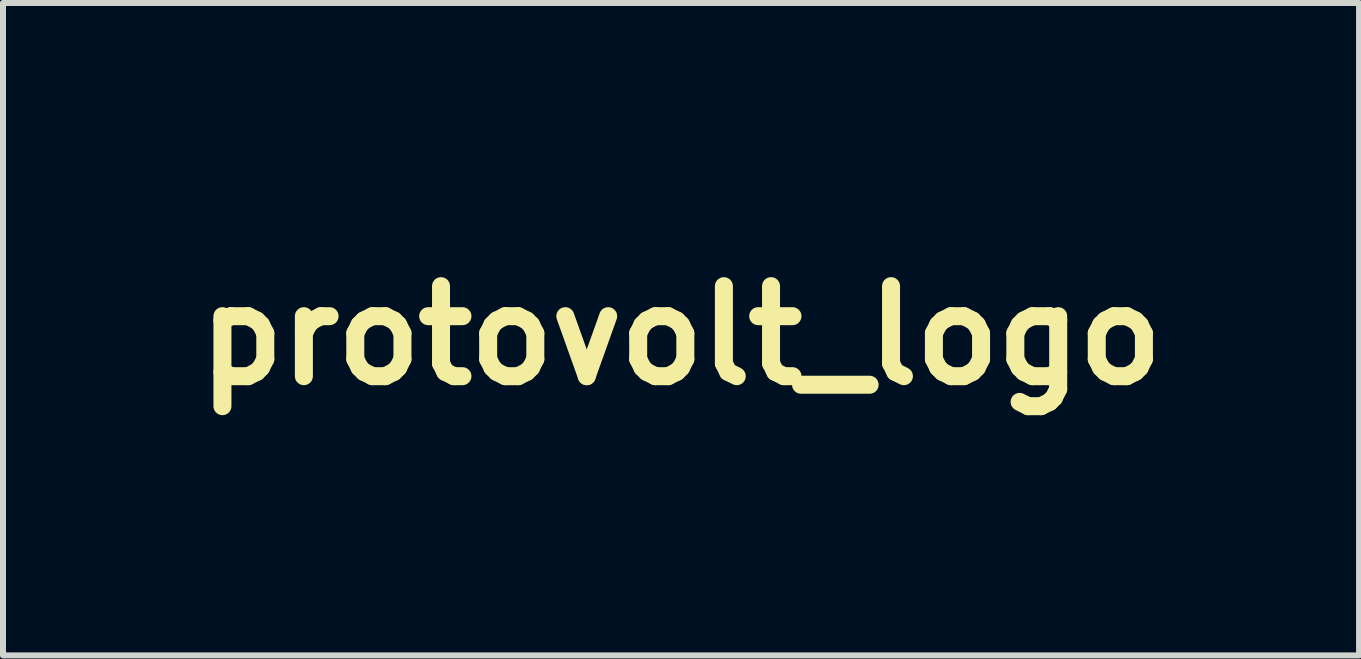
<source format=kicad_pcb>
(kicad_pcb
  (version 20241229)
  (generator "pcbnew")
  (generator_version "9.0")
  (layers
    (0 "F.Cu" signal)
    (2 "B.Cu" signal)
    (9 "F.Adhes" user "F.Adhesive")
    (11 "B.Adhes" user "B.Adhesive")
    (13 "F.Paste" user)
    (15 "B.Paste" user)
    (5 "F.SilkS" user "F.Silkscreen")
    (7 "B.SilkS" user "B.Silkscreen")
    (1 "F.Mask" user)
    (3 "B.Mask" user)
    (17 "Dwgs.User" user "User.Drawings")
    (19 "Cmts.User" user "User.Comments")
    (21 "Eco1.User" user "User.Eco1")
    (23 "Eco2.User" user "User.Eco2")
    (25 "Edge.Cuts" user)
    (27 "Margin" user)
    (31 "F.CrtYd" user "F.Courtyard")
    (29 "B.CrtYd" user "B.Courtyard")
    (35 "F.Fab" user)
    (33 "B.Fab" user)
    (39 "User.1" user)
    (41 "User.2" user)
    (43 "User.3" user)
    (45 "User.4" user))
  (footprint "protovolt_logo"
    (layer "F.Cu")
    (at 8.3 2.541)
    (property "Reference" "protovolt_logo" (at 0 0 0) (layer "F.SilkS") (effects (font (size 1.5 1.5) (thickness 0.3))))
    (attr board_only exclude_from_pos_files exclude_from_bom)
    (fp_poly (pts (xy 5.995 1.812) (xy 5.992 2.326) (xy 5.831 2.329) (xy 5.67 2.332) (xy 5.67 1.815) (xy 5.67 1.299) (xy 5.834 1.299) (xy 5.997 1.299)) (stroke (width 0) (type solid)) (fill yes) (layer "F.Mask"))
    (fp_poly (pts (xy 7.592 1.815) (xy 7.592 2.331) (xy 7.434 2.331) (xy 7.275 2.331) (xy 7.275 1.815) (xy 7.275 1.299) (xy 7.434 1.299) (xy 7.592 1.299)) (stroke (width 0) (type solid)) (fill yes) (layer "F.Mask"))
    (fp_poly (pts (xy 6.632 1.557) (xy 6.8 1.815) (xy 6.803 1.557) (xy 6.805 1.299) (xy 6.969 1.299) (xy 7.132 1.299) (xy 7.13 1.812) (xy 7.127 2.326) (xy 6.966 2.329) (xy 6.805 2.332) (xy 6.639 2.079) (xy 6.473 1.826) (xy 6.468 2.076) (xy 6.462 2.326) (xy 6.301 2.329) (xy 6.14 2.332) (xy 6.14 1.815) (xy 6.14 1.299) (xy 6.303 1.299) (xy 6.465 1.299)) (stroke (width 0) (type solid)) (fill yes) (layer "F.Mask"))
    (fp_poly (pts (xy 4.734 1.434) (xy 4.773 1.542) (xy 4.807 1.633) (xy 4.834 1.707) (xy 4.857 1.767) (xy 4.874 1.813) (xy 4.888 1.847) (xy 4.898 1.871) (xy 4.905 1.886) (xy 4.91 1.894) (xy 4.913 1.895) (xy 4.913 1.895) (xy 4.919 1.884) (xy 4.929 1.856) (xy 4.946 1.813) (xy 4.966 1.758) (xy 4.989 1.693) (xy 5.015 1.621) (xy 5.043 1.545) (xy 5.071 1.465) (xy 5.1 1.385) (xy 5.12 1.327) (xy 5.13 1.299) (xy 5.329 1.299) (xy 5.527 1.299) (xy 5.524 1.812) (xy 5.522 2.326) (xy 5.363 2.326) (xy 5.205 2.326) (xy 5.2 2.083) (xy 5.195 1.84) (xy 5.145 2.001) (xy 5.126 2.064) (xy 5.107 2.127) (xy 5.089 2.185) (xy 5.075 2.232) (xy 5.07 2.247) (xy 5.044 2.332) (xy 4.906 2.329) (xy 4.768 2.326) (xy 4.693 2.082) (xy 4.672 2.015) (xy 4.653 1.954) (xy 4.636 1.903) (xy 4.624 1.864) (xy 4.615 1.84) (xy 4.612 1.832) (xy 4.611 1.841) (xy 4.609 1.867) (xy 4.608 1.908) (xy 4.607 1.961) (xy 4.607 2.024) (xy 4.607 2.079) (xy 4.607 2.331) (xy 4.448 2.331) (xy 4.29 2.331) (xy 4.29 1.815) (xy 4.29 1.299) (xy 4.487 1.299) (xy 4.684 1.299)) (stroke (width 0) (type solid)) (fill yes) (layer "F.Mask"))
    (fp_poly (pts (xy -4.298 -1.543) (xy -4.272 -1.54) (xy -4.251 -1.534) (xy -4.231 -1.525) (xy -4.183 -1.49) (xy -4.147 -1.442) (xy -4.124 -1.387) (xy -4.118 -1.329) (xy -4.125 -1.287) (xy -4.144 -1.238) (xy -4.169 -1.204) (xy -4.205 -1.175) (xy -4.214 -1.169) (xy -4.237 -1.158) (xy -4.261 -1.149) (xy -4.292 -1.143) (xy -4.335 -1.138) (xy -4.384 -1.135) (xy -4.44 -1.13) (xy -4.494 -1.123) (xy -4.541 -1.115) (xy -4.57 -1.109) (xy -4.626 -1.09) (xy -4.69 -1.062) (xy -4.755 -1.029) (xy -4.814 -0.993) (xy -4.821 -0.989) (xy -4.862 -0.957) (xy -4.91 -0.916) (xy -4.959 -0.869) (xy -5.004 -0.822) (xy -5.038 -0.781) (xy -5.042 -0.776) (xy -5.077 -0.728) (xy -5.077 0.001) (xy -5.077 0.142) (xy -5.077 0.263) (xy -5.078 0.367) (xy -5.078 0.454) (xy -5.079 0.527) (xy -5.079 0.587) (xy -5.08 0.636) (xy -5.082 0.674) (xy -5.083 0.704) (xy -5.085 0.727) (xy -5.087 0.744) (xy -5.09 0.756) (xy -5.094 0.766) (xy -5.096 0.773) (xy -5.128 0.82) (xy -5.173 0.859) (xy -5.225 0.885) (xy -5.236 0.889) (xy -5.276 0.897) (xy -5.306 0.898) (xy -5.337 0.891) (xy -5.358 0.885) (xy -5.41 0.86) (xy -5.45 0.825) (xy -5.476 0.786) (xy -5.501 0.741) (xy -5.501 -0.312) (xy -5.501 -1.365) (xy -5.479 -1.406) (xy -5.444 -1.458) (xy -5.399 -1.494) (xy -5.371 -1.508) (xy -5.311 -1.523) (xy -5.25 -1.519) (xy -5.193 -1.498) (xy -5.143 -1.462) (xy -5.105 -1.412) (xy -5.096 -1.396) (xy -5.087 -1.372) (xy -5.082 -1.343) (xy -5.079 -1.305) (xy -5.077 -1.251) (xy -5.077 -1.234) (xy -5.077 -1.114) (xy -5.027 -1.173) (xy -4.997 -1.207) (xy -4.958 -1.248) (xy -4.917 -1.289) (xy -4.897 -1.307) (xy -4.808 -1.384) (xy -4.725 -1.443) (xy -4.642 -1.487) (xy -4.558 -1.517) (xy -4.467 -1.535) (xy -4.386 -1.541) (xy -4.335 -1.543)) (stroke (width 0) (type solid)) (fill yes) (layer "F.Mask"))
    (fp_poly (pts (xy 0.396 -1.541) (xy 0.538 -1.524) (xy 0.67 -1.493) (xy 0.726 -1.473) (xy 0.792 -1.445) (xy 0.862 -1.411) (xy 0.927 -1.376) (xy 0.982 -1.343) (xy 0.984 -1.341) (xy 1.095 -1.253) (xy 1.193 -1.151) (xy 1.278 -1.035) (xy 1.348 -0.908) (xy 1.403 -0.77) (xy 1.443 -0.623) (xy 1.467 -0.468) (xy 1.474 -0.308) (xy 1.468 -0.18) (xy 1.444 -0.014) (xy 1.404 0.141) (xy 1.348 0.283) (xy 1.277 0.412) (xy 1.19 0.529) (xy 1.088 0.632) (xy 0.971 0.722) (xy 0.849 0.792) (xy 0.714 0.849) (xy 0.57 0.889) (xy 0.417 0.913) (xy 0.26 0.92) (xy 0.101 0.91) (xy 0.092 0.909) (xy -0.01 0.89) (xy -0.117 0.861) (xy -0.219 0.824) (xy -0.267 0.804) (xy -0.399 0.731) (xy -0.516 0.644) (xy -0.619 0.544) (xy -0.706 0.429) (xy -0.779 0.301) (xy -0.837 0.158) (xy -0.88 0.001) (xy -0.881 -0.002) (xy -0.889 -0.053) (xy -0.895 -0.12) (xy -0.899 -0.198) (xy -0.901 -0.282) (xy -0.901 -0.365) (xy -0.485 -0.365) (xy -0.484 -0.225) (xy -0.466 -0.093) (xy -0.433 0.029) (xy -0.386 0.141) (xy -0.323 0.24) (xy -0.279 0.291) (xy -0.188 0.376) (xy -0.088 0.441) (xy 0.02 0.489) (xy 0.136 0.517) (xy 0.262 0.528) (xy 0.307 0.527) (xy 0.361 0.524) (xy 0.414 0.518) (xy 0.46 0.511) (xy 0.481 0.507) (xy 0.517 0.495) (xy 0.564 0.477) (xy 0.614 0.455) (xy 0.639 0.443) (xy 0.69 0.416) (xy 0.731 0.39) (xy 0.77 0.359) (xy 0.813 0.317) (xy 0.818 0.313) (xy 0.89 0.23) (xy 0.948 0.143) (xy 0.992 0.049) (xy 1.022 -0.055) (xy 1.041 -0.171) (xy 1.048 -0.302) (xy 1.048 -0.327) (xy 1.041 -0.465) (xy 1.02 -0.589) (xy 0.983 -0.702) (xy 0.931 -0.804) (xy 0.863 -0.898) (xy 0.818 -0.947) (xy 0.738 -1.014) (xy 0.643 -1.071) (xy 0.537 -1.115) (xy 0.466 -1.136) (xy 0.391 -1.149) (xy 0.305 -1.155) (xy 0.216 -1.153) (xy 0.131 -1.143) (xy 0.057 -1.127) (xy 0.051 -1.125) (xy -0.035 -1.095) (xy -0.105 -1.062) (xy -0.167 -1.023) (xy -0.226 -0.975) (xy -0.261 -0.941) (xy -0.33 -0.864) (xy -0.383 -0.786) (xy -0.423 -0.702) (xy -0.452 -0.607) (xy -0.471 -0.511) (xy -0.485 -0.365) (xy -0.901 -0.365) (xy -0.901 -0.367) (xy -0.898 -0.45) (xy -0.894 -0.525) (xy -0.887 -0.587) (xy -0.882 -0.621) (xy -0.839 -0.778) (xy -0.781 -0.92) (xy -0.709 -1.049) (xy -0.621 -1.165) (xy -0.518 -1.267) (xy -0.4 -1.356) (xy -0.281 -1.424) (xy -0.163 -1.474) (xy -0.032 -1.511) (xy 0.107 -1.535) (xy 0.251 -1.545)) (stroke (width 0) (type solid)) (fill yes) (layer "F.Mask"))
    (fp_poly (pts (xy -1.486 -1.956) (xy -1.462 -1.938) (xy -1.453 -1.929) (xy -1.447 -1.92) (xy -1.442 -1.906) (xy -1.44 -1.887) (xy -1.438 -1.858) (xy -1.437 -1.816) (xy -1.437 -1.759) (xy -1.437 -1.709) (xy -1.437 -1.504) (xy -1.143 -1.501) (xy -1.056 -1.5) (xy -0.986 -1.499) (xy -0.933 -1.497) (xy -0.893 -1.495) (xy -0.863 -1.493) (xy -0.842 -1.489) (xy -0.827 -1.485) (xy -0.816 -1.48) (xy -0.774 -1.447) (xy -0.747 -1.402) (xy -0.734 -1.344) (xy -0.733 -1.333) (xy -0.737 -1.269) (xy -0.759 -1.216) (xy -0.797 -1.174) (xy -0.813 -1.163) (xy -0.824 -1.156) (xy -0.836 -1.151) (xy -0.851 -1.147) (xy -0.873 -1.144) (xy -0.902 -1.142) (xy -0.943 -1.14) (xy -0.996 -1.139) (xy -1.066 -1.138) (xy -1.143 -1.137) (xy -1.437 -1.134) (xy -1.434 -0.38) (xy -1.432 0.373) (xy -1.408 0.421) (xy -1.37 0.475) (xy -1.319 0.515) (xy -1.284 0.53) (xy -1.252 0.537) (xy -1.205 0.541) (xy -1.15 0.542) (xy -1.092 0.541) (xy -1.037 0.538) (xy -0.992 0.532) (xy -0.965 0.526) (xy -0.898 0.509) (xy -0.836 0.508) (xy -0.783 0.523) (xy -0.739 0.552) (xy -0.708 0.593) (xy -0.692 0.646) (xy -0.69 0.675) (xy -0.695 0.726) (xy -0.712 0.766) (xy -0.744 0.8) (xy -0.793 0.831) (xy -0.803 0.836) (xy -0.893 0.872) (xy -0.995 0.898) (xy -1.106 0.913) (xy -1.22 0.917) (xy -1.331 0.909) (xy -1.356 0.905) (xy -1.444 0.887) (xy -1.525 0.863) (xy -1.593 0.835) (xy -1.617 0.823) (xy -1.659 0.792) (xy -1.703 0.749) (xy -1.746 0.698) (xy -1.782 0.647) (xy -1.794 0.624) (xy -1.805 0.602) (xy -1.815 0.581) (xy -1.823 0.56) (xy -1.83 0.536) (xy -1.836 0.51) (xy -1.841 0.478) (xy -1.845 0.44) (xy -1.848 0.394) (xy -1.851 0.339) (xy -1.853 0.273) (xy -1.854 0.195) (xy -1.855 0.103) (xy -1.856 -0.003) (xy -1.856 -0.127) (xy -1.856 -0.269) (xy -1.856 -0.362) (xy -1.856 -1.134) (xy -2.046 -1.137) (xy -2.113 -1.138) (xy -2.162 -1.139) (xy -2.197 -1.141) (xy -2.221 -1.144) (xy -2.236 -1.148) (xy -2.246 -1.154) (xy -2.253 -1.162) (xy -2.256 -1.164) (xy -2.27 -1.194) (xy -2.275 -1.226) (xy -2.274 -1.238) (xy -2.271 -1.249) (xy -2.264 -1.263) (xy -2.251 -1.28) (xy -2.231 -1.303) (xy -2.203 -1.334) (xy -2.164 -1.373) (xy -2.113 -1.424) (xy -2.058 -1.479) (xy -1.961 -1.574) (xy -1.878 -1.656) (xy -1.808 -1.725) (xy -1.748 -1.784) (xy -1.698 -1.831) (xy -1.658 -1.87) (xy -1.625 -1.9) (xy -1.599 -1.923) (xy -1.579 -1.94) (xy -1.563 -1.951) (xy -1.551 -1.958) (xy -1.541 -1.962) (xy -1.532 -1.963) (xy -1.525 -1.963)) (stroke (width 0) (type solid)) (fill yes) (layer "F.Mask"))
    (fp_poly (pts (xy -3.165 -1.542) (xy -3.085 -1.537) (xy -3.017 -1.529) (xy -3.015 -1.528) (xy -2.865 -1.492) (xy -2.724 -1.439) (xy -2.594 -1.368) (xy -2.476 -1.283) (xy -2.37 -1.182) (xy -2.278 -1.068) (xy -2.202 -0.941) (xy -2.141 -0.802) (xy -2.128 -0.764) (xy -2.1 -0.666) (xy -2.081 -0.565) (xy -2.068 -0.456) (xy -2.064 -0.373) (xy -2.066 -0.199) (xy -2.086 -0.034) (xy -2.124 0.122) (xy -2.181 0.269) (xy -2.188 0.283) (xy -2.233 0.37) (xy -2.279 0.444) (xy -2.331 0.512) (xy -2.395 0.581) (xy -2.413 0.598) (xy -2.525 0.695) (xy -2.647 0.774) (xy -2.779 0.836) (xy -2.922 0.881) (xy -2.965 0.891) (xy -3.011 0.899) (xy -3.07 0.905) (xy -3.138 0.911) (xy -3.208 0.915) (xy -3.277 0.917) (xy -3.338 0.917) (xy -3.386 0.915) (xy -3.4 0.914) (xy -3.564 0.884) (xy -3.714 0.84) (xy -3.852 0.779) (xy -3.976 0.703) (xy -4.087 0.612) (xy -4.186 0.504) (xy -4.244 0.425) (xy -4.311 0.306) (xy -4.365 0.175) (xy -4.405 0.035) (xy -4.431 -0.113) (xy -4.443 -0.265) (xy -4.443 -0.282) (xy -4.019 -0.282) (xy -4.009 -0.142) (xy -3.982 -0.014) (xy -3.94 0.103) (xy -3.883 0.207) (xy -3.811 0.298) (xy -3.724 0.376) (xy -3.622 0.44) (xy -3.56 0.469) (xy -3.477 0.5) (xy -3.397 0.518) (xy -3.314 0.527) (xy -3.226 0.528) (xy -3.167 0.525) (xy -3.121 0.52) (xy -3.078 0.512) (xy -3.032 0.498) (xy -3.011 0.492) (xy -2.903 0.448) (xy -2.81 0.394) (xy -2.73 0.329) (xy -2.722 0.321) (xy -2.64 0.226) (xy -2.576 0.119) (xy -2.529 0.003) (xy -2.499 -0.122) (xy -2.494 -0.17) (xy -2.492 -0.232) (xy -2.491 -0.301) (xy -2.493 -0.374) (xy -2.496 -0.446) (xy -2.501 -0.511) (xy -2.508 -0.565) (xy -2.514 -0.598) (xy -2.526 -0.635) (xy -2.545 -0.682) (xy -2.567 -0.732) (xy -2.579 -0.757) (xy -2.604 -0.805) (xy -2.629 -0.845) (xy -2.658 -0.882) (xy -2.696 -0.923) (xy -2.714 -0.942) (xy -2.76 -0.986) (xy -2.799 -1.019) (xy -2.837 -1.044) (xy -2.881 -1.068) (xy -2.89 -1.072) (xy -2.987 -1.113) (xy -3.08 -1.14) (xy -3.177 -1.153) (xy -3.252 -1.155) (xy -3.375 -1.147) (xy -3.493 -1.121) (xy -3.603 -1.079) (xy -3.703 -1.023) (xy -3.79 -0.952) (xy -3.846 -0.892) (xy -3.907 -0.802) (xy -3.954 -0.704) (xy -3.988 -0.595) (xy -4.009 -0.473) (xy -4.014 -0.432) (xy -4.019 -0.282) (xy -4.443 -0.282) (xy -4.441 -0.418) (xy -4.424 -0.569) (xy -4.392 -0.716) (xy -4.346 -0.853) (xy -4.281 -0.988) (xy -4.2 -1.109) (xy -4.105 -1.218) (xy -3.996 -1.313) (xy -3.874 -1.392) (xy -3.739 -1.457) (xy -3.594 -1.505) (xy -3.485 -1.529) (xy -3.418 -1.537) (xy -3.339 -1.542) (xy -3.252 -1.544)) (stroke (width 0) (type solid)) (fill yes) (layer "F.Mask"))
    (fp_poly (pts (xy 4.698 -1.532) (xy 4.808 -1.513) (xy 4.913 -1.482) (xy 5.018 -1.439) (xy 5.079 -1.409) (xy 5.208 -1.331) (xy 5.322 -1.239) (xy 5.421 -1.133) (xy 5.504 -1.015) (xy 5.572 -0.884) (xy 5.624 -0.742) (xy 5.66 -0.588) (xy 5.679 -0.424) (xy 5.683 -0.312) (xy 5.674 -0.141) (xy 5.648 0.02) (xy 5.606 0.17) (xy 5.548 0.309) (xy 5.474 0.436) (xy 5.383 0.55) (xy 5.277 0.652) (xy 5.195 0.715) (xy 5.073 0.787) (xy 4.938 0.845) (xy 4.795 0.886) (xy 4.644 0.912) (xy 4.489 0.92) (xy 4.331 0.912) (xy 4.306 0.909) (xy 4.153 0.88) (xy 4.009 0.833) (xy 3.875 0.769) (xy 3.752 0.689) (xy 3.642 0.594) (xy 3.615 0.567) (xy 3.523 0.453) (xy 3.447 0.33) (xy 3.387 0.195) (xy 3.344 0.049) (xy 3.317 -0.109) (xy 3.305 -0.279) (xy 3.305 -0.322) (xy 3.305 -0.327) (xy 3.733 -0.327) (xy 3.733 -0.312) (xy 3.734 -0.24) (xy 3.735 -0.184) (xy 3.738 -0.14) (xy 3.742 -0.104) (xy 3.747 -0.072) (xy 3.755 -0.04) (xy 3.756 -0.036) (xy 3.797 0.079) (xy 3.852 0.185) (xy 3.919 0.279) (xy 3.998 0.359) (xy 4.086 0.423) (xy 4.088 0.424) (xy 4.141 0.45) (xy 4.206 0.477) (xy 4.275 0.5) (xy 4.339 0.517) (xy 4.341 0.517) (xy 4.395 0.524) (xy 4.462 0.527) (xy 4.534 0.526) (xy 4.605 0.521) (xy 4.667 0.512) (xy 4.693 0.506) (xy 4.754 0.486) (xy 4.82 0.457) (xy 4.886 0.424) (xy 4.945 0.388) (xy 4.991 0.354) (xy 4.993 0.352) (xy 5.075 0.269) (xy 5.141 0.178) (xy 5.191 0.078) (xy 5.227 -0.035) (xy 5.249 -0.16) (xy 5.257 -0.266) (xy 5.258 -0.394) (xy 5.248 -0.507) (xy 5.226 -0.61) (xy 5.193 -0.705) (xy 5.146 -0.796) (xy 5.121 -0.835) (xy 5.056 -0.921) (xy 4.982 -0.991) (xy 4.895 -1.049) (xy 4.857 -1.069) (xy 4.768 -1.109) (xy 4.685 -1.135) (xy 4.6 -1.15) (xy 4.507 -1.154) (xy 4.464 -1.153) (xy 4.406 -1.151) (xy 4.361 -1.147) (xy 4.322 -1.14) (xy 4.283 -1.13) (xy 4.236 -1.115) (xy 4.231 -1.113) (xy 4.15 -1.082) (xy 4.083 -1.049) (xy 4.026 -1.01) (xy 3.971 -0.963) (xy 3.937 -0.929) (xy 3.86 -0.833) (xy 3.801 -0.727) (xy 3.759 -0.611) (xy 3.756 -0.597) (xy 3.747 -0.561) (xy 3.741 -0.528) (xy 3.737 -0.492) (xy 3.735 -0.449) (xy 3.734 -0.396) (xy 3.733 -0.327) (xy 3.305 -0.327) (xy 3.312 -0.479) (xy 3.332 -0.623) (xy 3.366 -0.758) (xy 3.415 -0.886) (xy 3.447 -0.951) (xy 3.523 -1.077) (xy 3.615 -1.19) (xy 3.72 -1.289) (xy 3.839 -1.374) (xy 3.97 -1.443) (xy 4.112 -1.495) (xy 4.187 -1.515) (xy 4.249 -1.526) (xy 4.327 -1.535) (xy 4.422 -1.54) (xy 4.445 -1.541) (xy 4.578 -1.541)) (stroke (width 0) (type solid)) (fill yes) (layer "F.Mask"))
    (fp_poly (pts (xy 3.353 -1.514) (xy 3.406 -1.487) (xy 3.449 -1.448) (xy 3.48 -1.398) (xy 3.497 -1.341) (xy 3.495 -1.28) (xy 3.494 -1.273) (xy 3.488 -1.257) (xy 3.476 -1.223) (xy 3.456 -1.173) (xy 3.43 -1.108) (xy 3.398 -1.029) (xy 3.361 -0.939) (xy 3.319 -0.837) (xy 3.274 -0.725) (xy 3.224 -0.606) (xy 3.171 -0.479) (xy 3.116 -0.347) (xy 3.069 -0.235) (xy 3.001 -0.072) (xy 2.94 0.074) (xy 2.886 0.203) (xy 2.838 0.316) (xy 2.796 0.415) (xy 2.759 0.5) (xy 2.727 0.573) (xy 2.699 0.635) (xy 2.675 0.686) (xy 2.654 0.728) (xy 2.636 0.762) (xy 2.62 0.789) (xy 2.605 0.81) (xy 2.591 0.826) (xy 2.578 0.839) (xy 2.565 0.848) (xy 2.552 0.856) (xy 2.537 0.864) (xy 2.526 0.869) (xy 2.49 0.881) (xy 2.443 0.891) (xy 2.393 0.896) (xy 2.348 0.897) (xy 2.321 0.894) (xy 2.245 0.865) (xy 2.182 0.823) (xy 2.134 0.768) (xy 2.12 0.744) (xy 2.112 0.725) (xy 2.096 0.689) (xy 2.074 0.638) (xy 2.046 0.573) (xy 2.014 0.496) (xy 1.976 0.408) (xy 1.935 0.311) (xy 1.891 0.206) (xy 1.845 0.095) (xy 1.797 -0.021) (xy 1.747 -0.14) (xy 1.697 -0.261) (xy 1.647 -0.381) (xy 1.597 -0.5) (xy 1.549 -0.617) (xy 1.503 -0.728) (xy 1.459 -0.834) (xy 1.419 -0.932) (xy 1.382 -1.022) (xy 1.35 -1.1) (xy 1.323 -1.167) (xy 1.302 -1.22) (xy 1.287 -1.257) (xy 1.279 -1.278) (xy 1.278 -1.282) (xy 1.277 -1.319) (xy 1.285 -1.364) (xy 1.287 -1.373) (xy 1.314 -1.431) (xy 1.355 -1.476) (xy 1.408 -1.507) (xy 1.469 -1.522) (xy 1.509 -1.521) (xy 1.56 -1.509) (xy 1.609 -1.483) (xy 1.647 -1.449) (xy 1.659 -1.433) (xy 1.666 -1.419) (xy 1.679 -1.388) (xy 1.698 -1.34) (xy 1.724 -1.278) (xy 1.754 -1.202) (xy 1.79 -1.114) (xy 1.829 -1.015) (xy 1.872 -0.906) (xy 1.918 -0.79) (xy 1.967 -0.667) (xy 2.018 -0.538) (xy 2.03 -0.508) (xy 2.081 -0.379) (xy 2.129 -0.256) (xy 2.175 -0.139) (xy 2.218 -0.031) (xy 2.258 0.068) (xy 2.293 0.156) (xy 2.323 0.232) (xy 2.349 0.294) (xy 2.368 0.342) (xy 2.381 0.373) (xy 2.388 0.388) (xy 2.388 0.388) (xy 2.393 0.379) (xy 2.404 0.352) (xy 2.422 0.309) (xy 2.446 0.25) (xy 2.475 0.178) (xy 2.509 0.093) (xy 2.547 -0.003) (xy 2.589 -0.108) (xy 2.634 -0.223) (xy 2.682 -0.344) (xy 2.732 -0.471) (xy 2.745 -0.504) (xy 2.796 -0.633) (xy 2.845 -0.758) (xy 2.892 -0.877) (xy 2.937 -0.987) (xy 2.977 -1.089) (xy 3.014 -1.181) (xy 3.047 -1.261) (xy 3.074 -1.327) (xy 3.096 -1.379) (xy 3.111 -1.415) (xy 3.12 -1.433) (xy 3.121 -1.435) (xy 3.153 -1.469) (xy 3.198 -1.498) (xy 3.248 -1.517) (xy 3.293 -1.523)) (stroke (width 0) (type solid)) (fill yes) (layer "F.Mask"))
    (fp_poly (pts (xy -6.633 -1.541) (xy -6.515 -1.529) (xy -6.404 -1.503) (xy -6.293 -1.464) (xy -6.202 -1.421) (xy -6.076 -1.345) (xy -5.961 -1.252) (xy -5.859 -1.144) (xy -5.769 -1.021) (xy -5.703 -0.905) (xy -5.652 -0.782) (xy -5.614 -0.645) (xy -5.59 -0.499) (xy -5.58 -0.347) (xy -5.581 -0.245) (xy -5.596 -0.082) (xy -5.626 0.067) (xy -5.672 0.206) (xy -5.734 0.334) (xy -5.812 0.454) (xy -5.909 0.567) (xy -5.935 0.594) (xy -6.038 0.687) (xy -6.144 0.762) (xy -6.256 0.821) (xy -6.378 0.867) (xy -6.4 0.874) (xy -6.547 0.906) (xy -6.693 0.918) (xy -6.837 0.911) (xy -6.977 0.883) (xy -7.113 0.837) (xy -7.244 0.771) (xy -7.368 0.686) (xy -7.442 0.624) (xy -7.5 0.571) (xy -7.5 1.183) (xy -7.5 1.796) (xy -7.526 1.848) (xy -7.561 1.901) (xy -7.605 1.936) (xy -7.661 1.956) (xy -7.704 1.961) (xy -7.749 1.96) (xy -7.782 1.955) (xy -7.809 1.943) (xy -7.858 1.906) (xy -7.896 1.857) (xy -7.918 1.801) (xy -7.919 1.797) (xy -7.921 1.78) (xy -7.922 1.744) (xy -7.923 1.69) (xy -7.925 1.619) (xy -7.926 1.534) (xy -7.927 1.435) (xy -7.927 1.325) (xy -7.928 1.203) (xy -7.929 1.072) (xy -7.929 0.934) (xy -7.93 0.788) (xy -7.93 0.638) (xy -7.93 0.484) (xy -7.93 0.327) (xy -7.93 0.17) (xy -7.93 0.013) (xy -7.93 -0.143) (xy -7.93 -0.295) (xy -7.929 -0.442) (xy -7.929 -0.583) (xy -7.928 -0.717) (xy -7.928 -0.803) (xy -7.5 -0.803) (xy -7.5 -0.311) (xy -7.5 0.182) (xy -7.447 0.231) (xy -7.343 0.318) (xy -7.243 0.387) (xy -7.144 0.441) (xy -7.042 0.482) (xy -6.948 0.507) (xy -6.899 0.513) (xy -6.837 0.517) (xy -6.766 0.518) (xy -6.694 0.515) (xy -6.627 0.51) (xy -6.57 0.502) (xy -6.544 0.496) (xy -6.437 0.456) (xy -6.336 0.399) (xy -6.245 0.328) (xy -6.166 0.244) (xy -6.104 0.15) (xy -6.093 0.131) (xy -6.079 0.098) (xy -6.062 0.054) (xy -6.046 0.006) (xy -6.042 -0.007) (xy -6.027 -0.072) (xy -6.017 -0.151) (xy -6.01 -0.238) (xy -6.007 -0.329) (xy -6.009 -0.417) (xy -6.016 -0.496) (xy -6.022 -0.536) (xy -6.053 -0.657) (xy -6.097 -0.763) (xy -6.155 -0.857) (xy -6.228 -0.941) (xy -6.237 -0.949) (xy -6.33 -1.024) (xy -6.429 -1.08) (xy -6.538 -1.12) (xy -6.658 -1.144) (xy -6.67 -1.145) (xy -6.802 -1.15) (xy -6.933 -1.135) (xy -7.061 -1.1) (xy -7.185 -1.046) (xy -7.305 -0.972) (xy -7.419 -0.881) (xy -7.447 -0.855) (xy -7.5 -0.803) (xy -7.928 -0.803) (xy -7.927 -0.843) (xy -7.926 -0.958) (xy -7.925 -1.061) (xy -7.924 -1.152) (xy -7.923 -1.228) (xy -7.922 -1.288) (xy -7.921 -1.332) (xy -7.919 -1.356) (xy -7.919 -1.361) (xy -7.897 -1.418) (xy -7.862 -1.463) (xy -7.816 -1.496) (xy -7.764 -1.516) (xy -7.708 -1.522) (xy -7.652 -1.515) (xy -7.6 -1.494) (xy -7.554 -1.457) (xy -7.53 -1.425) (xy -7.518 -1.401) (xy -7.51 -1.374) (xy -7.505 -1.337) (xy -7.502 -1.291) (xy -7.498 -1.196) (xy -7.431 -1.259) (xy -7.373 -1.309) (xy -7.305 -1.359) (xy -7.235 -1.405) (xy -7.168 -1.443) (xy -7.137 -1.458) (xy -7.042 -1.495) (xy -6.949 -1.52) (xy -6.849 -1.535) (xy -6.762 -1.541)) (stroke (width 0) (type solid)) (fill yes) (layer "F.Mask"))
    (fp_poly (pts (xy 6.02 -2.54) (xy 6.049 -2.537) (xy 6.071 -2.528) (xy 6.095 -2.514) (xy 6.1 -2.51) (xy 6.131 -2.483) (xy 6.157 -2.451) (xy 6.165 -2.439) (xy 6.17 -2.429) (xy 6.174 -2.419) (xy 6.177 -2.405) (xy 6.18 -2.388) (xy 6.182 -2.364) (xy 6.184 -2.332) (xy 6.186 -2.29) (xy 6.187 -2.237) (xy 6.188 -2.171) (xy 6.189 -2.09) (xy 6.19 -1.992) (xy 6.191 -1.876) (xy 6.192 -1.862) (xy 6.197 -1.326) (xy 6.488 -1.612) (xy 6.554 -1.676) (xy 6.616 -1.736) (xy 6.673 -1.792) (xy 6.724 -1.841) (xy 6.765 -1.881) (xy 6.797 -1.91) (xy 6.816 -1.928) (xy 6.818 -1.93) (xy 6.86 -1.957) (xy 6.898 -1.963) (xy 6.933 -1.95) (xy 6.949 -1.937) (xy 6.957 -1.927) (xy 6.964 -1.917) (xy 6.968 -1.903) (xy 6.971 -1.882) (xy 6.974 -1.851) (xy 6.975 -1.807) (xy 6.976 -1.748) (xy 6.977 -1.707) (xy 6.98 -1.503) (xy 7.258 -1.503) (xy 7.35 -1.503) (xy 7.423 -1.502) (xy 7.481 -1.499) (xy 7.526 -1.496) (xy 7.561 -1.49) (xy 7.587 -1.481) (xy 7.608 -1.47) (xy 7.626 -1.455) (xy 7.643 -1.436) (xy 7.646 -1.433) (xy 7.672 -1.387) (xy 7.683 -1.335) (xy 7.677 -1.282) (xy 7.658 -1.232) (xy 7.627 -1.189) (xy 7.584 -1.157) (xy 7.556 -1.146) (xy 7.532 -1.143) (xy 7.49 -1.14) (xy 7.432 -1.137) (xy 7.36 -1.136) (xy 7.276 -1.135) (xy 7.247 -1.135) (xy 6.979 -1.135) (xy 6.979 -0.398) (xy 6.979 -0.232) (xy 6.979 -0.086) (xy 6.98 0.04) (xy 6.981 0.147) (xy 6.983 0.233) (xy 6.984 0.3) (xy 6.986 0.348) (xy 6.989 0.376) (xy 6.99 0.383) (xy 7.014 0.438) (xy 7.054 0.486) (xy 7.105 0.521) (xy 7.127 0.53) (xy 7.152 0.536) (xy 7.183 0.54) (xy 7.227 0.542) (xy 7.272 0.542) (xy 7.341 0.541) (xy 7.393 0.536) (xy 7.431 0.529) (xy 7.44 0.526) (xy 7.477 0.516) (xy 7.521 0.51) (xy 7.547 0.508) (xy 7.587 0.509) (xy 7.616 0.515) (xy 7.644 0.529) (xy 7.65 0.533) (xy 7.692 0.572) (xy 7.717 0.619) (xy 7.726 0.671) (xy 7.716 0.725) (xy 7.69 0.775) (xy 7.676 0.791) (xy 7.633 0.825) (xy 7.574 0.854) (xy 7.501 0.879) (xy 7.418 0.898) (xy 7.328 0.91) (xy 7.236 0.916) (xy 7.143 0.915) (xy 7.06 0.906) (xy 6.947 0.882) (xy 6.85 0.848) (xy 6.769 0.803) (xy 6.701 0.745) (xy 6.645 0.674) (xy 6.623 0.636) (xy 6.611 0.614) (xy 6.601 0.593) (xy 6.592 0.573) (xy 6.584 0.552) (xy 6.577 0.529) (xy 6.572 0.502) (xy 6.567 0.469) (xy 6.564 0.429) (xy 6.561 0.381) (xy 6.558 0.323) (xy 6.557 0.253) (xy 6.555 0.171) (xy 6.554 0.075) (xy 6.554 -0.038) (xy 6.553 -0.167) (xy 6.552 -0.315) (xy 6.552 -0.345) (xy 6.548 -1.135) (xy 6.37 -1.135) (xy 6.192 -1.135) (xy 6.191 -0.212) (xy 6.191 -0.031) (xy 6.191 0.13) (xy 6.19 0.272) (xy 6.19 0.394) (xy 6.189 0.498) (xy 6.187 0.583) (xy 6.186 0.651) (xy 6.184 0.701) (xy 6.182 0.735) (xy 6.18 0.751) (xy 6.18 0.752) (xy 6.158 0.797) (xy 6.122 0.838) (xy 6.075 0.871) (xy 6.029 0.889) (xy 5.965 0.895) (xy 5.905 0.884) (xy 5.852 0.856) (xy 5.809 0.814) (xy 5.78 0.761) (xy 5.773 0.735) (xy 5.771 0.721) (xy 5.769 0.696) (xy 5.768 0.659) (xy 5.767 0.609) (xy 5.766 0.546) (xy 5.765 0.468) (xy 5.764 0.377) (xy 5.764 0.269) (xy 5.763 0.146) (xy 5.763 0.006) (xy 5.763 -0.152) (xy 5.763 -0.327) (xy 5.763 -0.522) (xy 5.764 -0.736) (xy 5.764 -0.854) (xy 5.767 -2.388) (xy 5.791 -2.435) (xy 5.819 -2.478) (xy 5.856 -2.512) (xy 5.88 -2.527) (xy 5.903 -2.536) (xy 5.932 -2.54) (xy 5.973 -2.541) (xy 5.978 -2.541)) (stroke (width 0) (type solid)) (fill yes) (layer "F.Mask")))
  (gr_rect
    (start -3 -3)
    (end 19.6 7.873)
    (stroke (width 0.1) (type default))
    (fill no)
    (layer "Edge.Cuts")))
</source>
